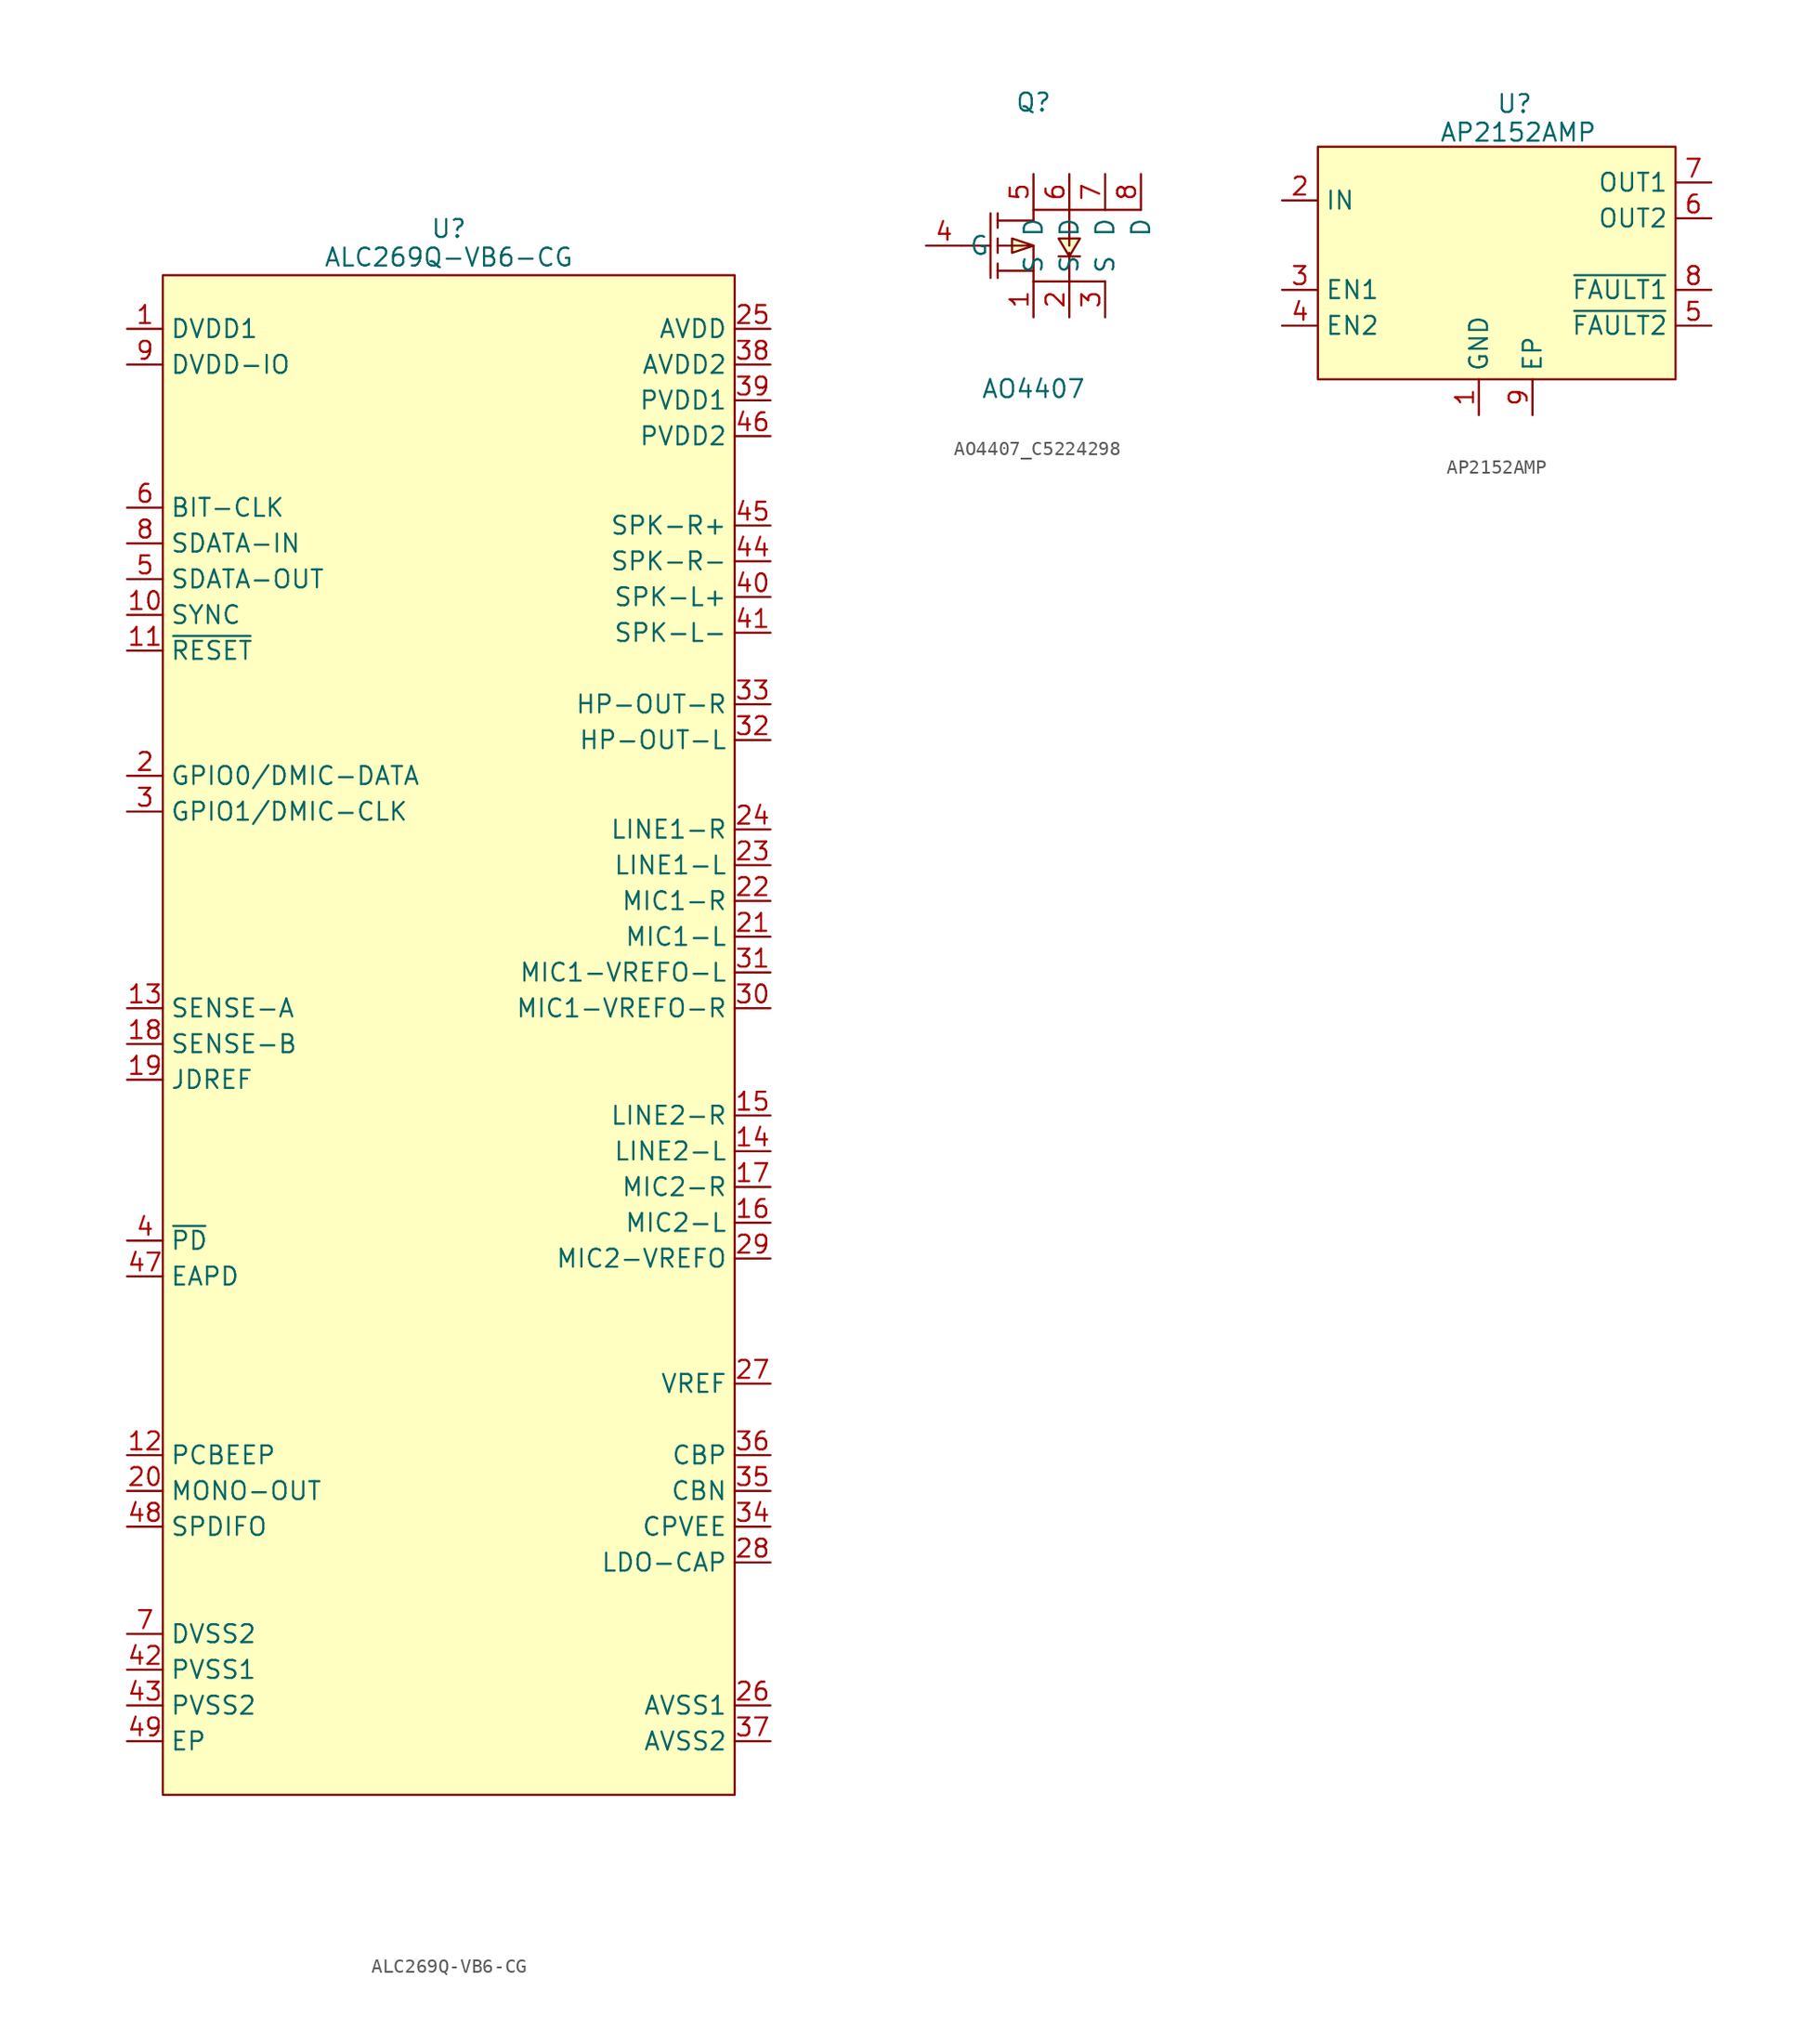
<source format=kicad_sym>
(kicad_symbol_lib
  (version 20241209)
  (generator "kicad_symbol_editor")
  (generator_version "9.0")
  (symbol "ALC269Q-VB6-CG"
    (property "Reference" "U"
      (at 0 2.032 0)
      (effects (font (size 1.27 1.27))))
    (property "Value" "ALC269Q-VB6-CG"
      (at 0 0 0)
      (effects (font (size 1.27 1.27))))
    (symbol "ALC269Q-VB6-CG_0_1"
      (rectangle (start -20.32 -1.27) (end 20.32 -109.22) (stroke (width 0) (type default)) (fill (type background))))
    (symbol "ALC269Q-VB6-CG_1_1"
      (pin unspecified line (at -22.86 -5.08 0) (length 2.54) (name "DVDD1" (effects (font (size 1.27 1.27)))) (number "1" (effects (font (size 1.27 1.27)))))
      (pin unspecified line (at -22.86 -7.62 0) (length 2.54) (name "DVDD-IO" (effects (font (size 1.27 1.27)))) (number "9" (effects (font (size 1.27 1.27)))))
      (pin unspecified line (at -22.86 -17.78 0) (length 2.54) (name "BIT-CLK" (effects (font (size 1.27 1.27)))) (number "6" (effects (font (size 1.27 1.27)))))
      (pin unspecified line (at -22.86 -20.32 0) (length 2.54) (name "SDATA-IN" (effects (font (size 1.27 1.27)))) (number "8" (effects (font (size 1.27 1.27)))))
      (pin unspecified line (at -22.86 -22.86 0) (length 2.54) (name "SDATA-OUT" (effects (font (size 1.27 1.27)))) (number "5" (effects (font (size 1.27 1.27)))))
      (pin unspecified line (at -22.86 -25.4 0) (length 2.54) (name "SYNC" (effects (font (size 1.27 1.27)))) (number "10" (effects (font (size 1.27 1.27)))))
      (pin unspecified line (at -22.86 -27.94 0) (length 2.54) (name "~{RESET}" (effects (font (size 1.27 1.27)))) (number "11" (effects (font (size 1.27 1.27)))))
      (pin unspecified line (at -22.86 -36.83 0) (length 2.54) (name "GPIO0/DMIC-DATA" (effects (font (size 1.27 1.27)))) (number "2" (effects (font (size 1.27 1.27)))))
      (pin unspecified line (at -22.86 -39.37 0) (length 2.54) (name "GPIO1/DMIC-CLK" (effects (font (size 1.27 1.27)))) (number "3" (effects (font (size 1.27 1.27)))))
      (pin unspecified line (at -22.86 -53.34 0) (length 2.54) (name "SENSE-A" (effects (font (size 1.27 1.27)))) (number "13" (effects (font (size 1.27 1.27)))))
      (pin unspecified line (at -22.86 -55.88 0) (length 2.54) (name "SENSE-B" (effects (font (size 1.27 1.27)))) (number "18" (effects (font (size 1.27 1.27)))))
      (pin unspecified line (at -22.86 -58.42 0) (length 2.54) (name "JDREF" (effects (font (size 1.27 1.27)))) (number "19" (effects (font (size 1.27 1.27)))))
      (pin unspecified line (at -22.86 -69.85 0) (length 2.54) (name "~{PD}" (effects (font (size 1.27 1.27)))) (number "4" (effects (font (size 1.27 1.27)))))
      (pin unspecified line (at -22.86 -72.39 0) (length 2.54) (name "EAPD" (effects (font (size 1.27 1.27)))) (number "47" (effects (font (size 1.27 1.27)))))
      (pin unspecified line (at -22.86 -85.09 0) (length 2.54) (name "PCBEEP" (effects (font (size 1.27 1.27)))) (number "12" (effects (font (size 1.27 1.27)))))
      (pin unspecified line (at -22.86 -87.63 0) (length 2.54) (name "MONO-OUT" (effects (font (size 1.27 1.27)))) (number "20" (effects (font (size 1.27 1.27)))))
      (pin unspecified line (at -22.86 -90.17 0) (length 2.54) (name "SPDIFO" (effects (font (size 1.27 1.27)))) (number "48" (effects (font (size 1.27 1.27)))))
      (pin unspecified line (at -22.86 -97.79 0) (length 2.54) (name "DVSS2" (effects (font (size 1.27 1.27)))) (number "7" (effects (font (size 1.27 1.27)))))
      (pin unspecified line (at -22.86 -100.33 0) (length 2.54) (name "PVSS1" (effects (font (size 1.27 1.27)))) (number "42" (effects (font (size 1.27 1.27)))))
      (pin unspecified line (at -22.86 -102.87 0) (length 2.54) (name "PVSS2" (effects (font (size 1.27 1.27)))) (number "43" (effects (font (size 1.27 1.27)))))
      (pin unspecified line (at -22.86 -105.41 0) (length 2.54) (name "EP" (effects (font (size 1.27 1.27)))) (number "49" (effects (font (size 1.27 1.27)))))
      (pin unspecified line (at 22.86 -5.08 180) (length 2.54) (name "AVDD" (effects (font (size 1.27 1.27)))) (number "25" (effects (font (size 1.27 1.27)))))
      (pin unspecified line (at 22.86 -7.62 180) (length 2.54) (name "AVDD2" (effects (font (size 1.27 1.27)))) (number "38" (effects (font (size 1.27 1.27)))))
      (pin unspecified line (at 22.86 -10.16 180) (length 2.54) (name "PVDD1" (effects (font (size 1.27 1.27)))) (number "39" (effects (font (size 1.27 1.27)))))
      (pin unspecified line (at 22.86 -12.7 180) (length 2.54) (name "PVDD2" (effects (font (size 1.27 1.27)))) (number "46" (effects (font (size 1.27 1.27)))))
      (pin unspecified line (at 22.86 -19.05 180) (length 2.54) (name "SPK-R+" (effects (font (size 1.27 1.27)))) (number "45" (effects (font (size 1.27 1.27)))))
      (pin unspecified line (at 22.86 -21.59 180) (length 2.54) (name "SPK-R-" (effects (font (size 1.27 1.27)))) (number "44" (effects (font (size 1.27 1.27)))))
      (pin unspecified line (at 22.86 -24.13 180) (length 2.54) (name "SPK-L+" (effects (font (size 1.27 1.27)))) (number "40" (effects (font (size 1.27 1.27)))))
      (pin unspecified line (at 22.86 -26.67 180) (length 2.54) (name "SPK-L-" (effects (font (size 1.27 1.27)))) (number "41" (effects (font (size 1.27 1.27)))))
      (pin unspecified line (at 22.86 -31.75 180) (length 2.54) (name "HP-OUT-R" (effects (font (size 1.27 1.27)))) (number "33" (effects (font (size 1.27 1.27)))))
      (pin unspecified line (at 22.86 -34.29 180) (length 2.54) (name "HP-OUT-L" (effects (font (size 1.27 1.27)))) (number "32" (effects (font (size 1.27 1.27)))))
      (pin unspecified line (at 22.86 -40.64 180) (length 2.54) (name "LINE1-R" (effects (font (size 1.27 1.27)))) (number "24" (effects (font (size 1.27 1.27)))))
      (pin unspecified line (at 22.86 -43.18 180) (length 2.54) (name "LINE1-L" (effects (font (size 1.27 1.27)))) (number "23" (effects (font (size 1.27 1.27)))))
      (pin unspecified line (at 22.86 -45.72 180) (length 2.54) (name "MIC1-R" (effects (font (size 1.27 1.27)))) (number "22" (effects (font (size 1.27 1.27)))))
      (pin unspecified line (at 22.86 -48.26 180) (length 2.54) (name "MIC1-L" (effects (font (size 1.27 1.27)))) (number "21" (effects (font (size 1.27 1.27)))))
      (pin unspecified line (at 22.86 -50.8 180) (length 2.54) (name "MIC1-VREFO-L" (effects (font (size 1.27 1.27)))) (number "31" (effects (font (size 1.27 1.27)))))
      (pin unspecified line (at 22.86 -53.34 180) (length 2.54) (name "MIC1-VREFO-R" (effects (font (size 1.27 1.27)))) (number "30" (effects (font (size 1.27 1.27)))))
      (pin unspecified line (at 22.86 -60.96 180) (length 2.54) (name "LINE2-R" (effects (font (size 1.27 1.27)))) (number "15" (effects (font (size 1.27 1.27)))))
      (pin unspecified line (at 22.86 -63.5 180) (length 2.54) (name "LINE2-L" (effects (font (size 1.27 1.27)))) (number "14" (effects (font (size 1.27 1.27)))))
      (pin unspecified line (at 22.86 -66.04 180) (length 2.54) (name "MIC2-R" (effects (font (size 1.27 1.27)))) (number "17" (effects (font (size 1.27 1.27)))))
      (pin unspecified line (at 22.86 -68.58 180) (length 2.54) (name "MIC2-L" (effects (font (size 1.27 1.27)))) (number "16" (effects (font (size 1.27 1.27)))))
      (pin unspecified line (at 22.86 -71.12 180) (length 2.54) (name "MIC2-VREFO" (effects (font (size 1.27 1.27)))) (number "29" (effects (font (size 1.27 1.27)))))
      (pin unspecified line (at 22.86 -80.01 180) (length 2.54) (name "VREF" (effects (font (size 1.27 1.27)))) (number "27" (effects (font (size 1.27 1.27)))))
      (pin unspecified line (at 22.86 -85.09 180) (length 2.54) (name "CBP" (effects (font (size 1.27 1.27)))) (number "36" (effects (font (size 1.27 1.27)))))
      (pin unspecified line (at 22.86 -87.63 180) (length 2.54) (name "CBN" (effects (font (size 1.27 1.27)))) (number "35" (effects (font (size 1.27 1.27)))))
      (pin unspecified line (at 22.86 -90.17 180) (length 2.54) (name "CPVEE" (effects (font (size 1.27 1.27)))) (number "34" (effects (font (size 1.27 1.27)))))
      (pin unspecified line (at 22.86 -92.71 180) (length 2.54) (name "LDO-CAP" (effects (font (size 1.27 1.27)))) (number "28" (effects (font (size 1.27 1.27)))))
      (pin unspecified line (at 22.86 -102.87 180) (length 2.54) (name "AVSS1" (effects (font (size 1.27 1.27)))) (number "26" (effects (font (size 1.27 1.27)))))
      (pin unspecified line (at 22.86 -105.41 180) (length 2.54) (name "AVSS2" (effects (font (size 1.27 1.27)))) (number "37" (effects (font (size 1.27 1.27)))))))
  (symbol "AO4407_C5224298"
    (property "Reference" "Q"
      (at 0 10.16 0)
      (effects (font (size 1.27 1.27))))
    (property "Value" "AO4407"
      (at 0 -10.16 0)
      (effects (font (size 1.27 1.27))))
    (symbol "AO4407_C5224298_0_1"
      (polyline (pts (xy -5.08 0) (xy -3.05 0)) (stroke (width 0) (type default)) (fill (type none)))
      (polyline (pts (xy -3.05 2.29) (xy -3.05 -2.29)) (stroke (width 0) (type default)) (fill (type none)))
      (polyline (pts (xy -2.54 1.27) (xy -2.54 2.29)) (stroke (width 0) (type default)) (fill (type none)))
      (polyline (pts (xy -2.54 0) (xy 0 0) (xy 0 -2.54)) (stroke (width 0) (type default)) (fill (type none)))
      (polyline (pts (xy -2.54 -0.51) (xy -2.54 0.51)) (stroke (width 0) (type default)) (fill (type none)))
      (polyline (pts (xy -2.54 -2.29) (xy -2.54 -1.27)) (stroke (width 0) (type default)) (fill (type none)))
      (polyline (pts (xy 0 1.78) (xy -2.54 1.78)) (stroke (width 0) (type default)) (fill (type none)))
      (polyline (pts (xy 0 1.78) (xy 0 2.54) (xy 7.62 2.54) (xy 2.54 2.54) (xy 2.54 0)) (stroke (width 0) (type default)) (fill (type none)))
      (polyline (pts (xy 0 0) (xy -1.52 0.51) (xy -1.52 -0.51) (xy 0 0)) (stroke (width 0) (type default)) (fill (type background)))
      (polyline (pts (xy 0 -1.78) (xy -2.54 -1.78)) (stroke (width 0) (type default)) (fill (type none)))
      (polyline (pts (xy 0 -2.54) (xy 5.08 -2.54) (xy 2.54 -2.54) (xy 2.54 -0.51)) (stroke (width 0) (type default)) (fill (type none)))
      (polyline (pts (xy 1.78 -0.76) (xy 2.03 -0.76) (xy 3.05 -0.76) (xy 3.3 -0.76)) (stroke (width 0) (type default)) (fill (type none)))
      (polyline (pts (xy 2.54 -0.76) (xy 1.78 0.51) (xy 3.3 0.51) (xy 2.54 -0.76)) (stroke (width 0) (type default)) (fill (type background)))
      (pin unspecified line (at -7.62 0 0) (length 2.54) (name "G" (effects (font (size 1.27 1.27)))) (number "4" (effects (font (size 1.27 1.27)))))
      (pin unspecified line (at 0 5.08 270) (length 2.54) (name "D" (effects (font (size 1.27 1.27)))) (number "5" (effects (font (size 1.27 1.27)))))
      (pin unspecified line (at 0 -5.08 90) (length 2.54) (name "S" (effects (font (size 1.27 1.27)))) (number "1" (effects (font (size 1.27 1.27)))))
      (pin unspecified line (at 2.54 5.08 270) (length 2.54) (name "D" (effects (font (size 1.27 1.27)))) (number "6" (effects (font (size 1.27 1.27)))))
      (pin unspecified line (at 2.54 -5.08 90) (length 2.54) (name "S" (effects (font (size 1.27 1.27)))) (number "2" (effects (font (size 1.27 1.27)))))
      (pin unspecified line (at 5.08 5.08 270) (length 2.54) (name "D" (effects (font (size 1.27 1.27)))) (number "7" (effects (font (size 1.27 1.27)))))
      (pin unspecified line (at 5.08 -5.08 90) (length 2.54) (name "S" (effects (font (size 1.27 1.27)))) (number "3" (effects (font (size 1.27 1.27)))))
      (pin unspecified line (at 7.62 5.08 270) (length 2.54) (name "D" (effects (font (size 1.27 1.27)))) (number "8" (effects (font (size 1.27 1.27)))))))
  (symbol "AP2152AMP"
    (property "Reference" "U"
      (at 0 8.128 0)
      (effects (font (size 1.27 1.27))))
    (property "Value" "AP2152AMP"
      (at 0.254 6.096 0)
      (effects (font (size 1.27 1.27))))
    (symbol "AP2152AMP_0_1"
      (rectangle (start -13.97 5.08) (end 11.43 -11.43) (stroke (width 0) (type default)) (fill (type background))))
    (symbol "AP2152AMP_1_1"
      (pin unspecified line (at -16.51 1.27 0) (length 2.54) (name "IN" (effects (font (size 1.27 1.27)))) (number "2" (effects (font (size 1.27 1.27)))))
      (pin unspecified line (at -16.51 -5.08 0) (length 2.54) (name "EN1" (effects (font (size 1.27 1.27)))) (number "3" (effects (font (size 1.27 1.27)))))
      (pin unspecified line (at -16.51 -7.62 0) (length 2.54) (name "EN2" (effects (font (size 1.27 1.27)))) (number "4" (effects (font (size 1.27 1.27)))))
      (pin unspecified line (at -2.54 -13.97 90) (length 2.54) (name "GND" (effects (font (size 1.27 1.27)))) (number "1" (effects (font (size 1.27 1.27)))))
      (pin unspecified line (at 1.27 -13.97 90) (length 2.54) (name "EP" (effects (font (size 1.27 1.27)))) (number "9" (effects (font (size 1.27 1.27)))))
      (pin unspecified line (at 13.97 2.54 180) (length 2.54) (name "OUT1" (effects (font (size 1.27 1.27)))) (number "7" (effects (font (size 1.27 1.27)))))
      (pin unspecified line (at 13.97 0 180) (length 2.54) (name "OUT2" (effects (font (size 1.27 1.27)))) (number "6" (effects (font (size 1.27 1.27)))))
      (pin unspecified line (at 13.97 -5.08 180) (length 2.54) (name "~{FAULT1}" (effects (font (size 1.27 1.27)))) (number "8" (effects (font (size 1.27 1.27)))))
      (pin unspecified line (at 13.97 -7.62 180) (length 2.54) (name "~{FAULT2}" (effects (font (size 1.27 1.27)))) (number "5" (effects (font (size 1.27 1.27))))))))
</source>
